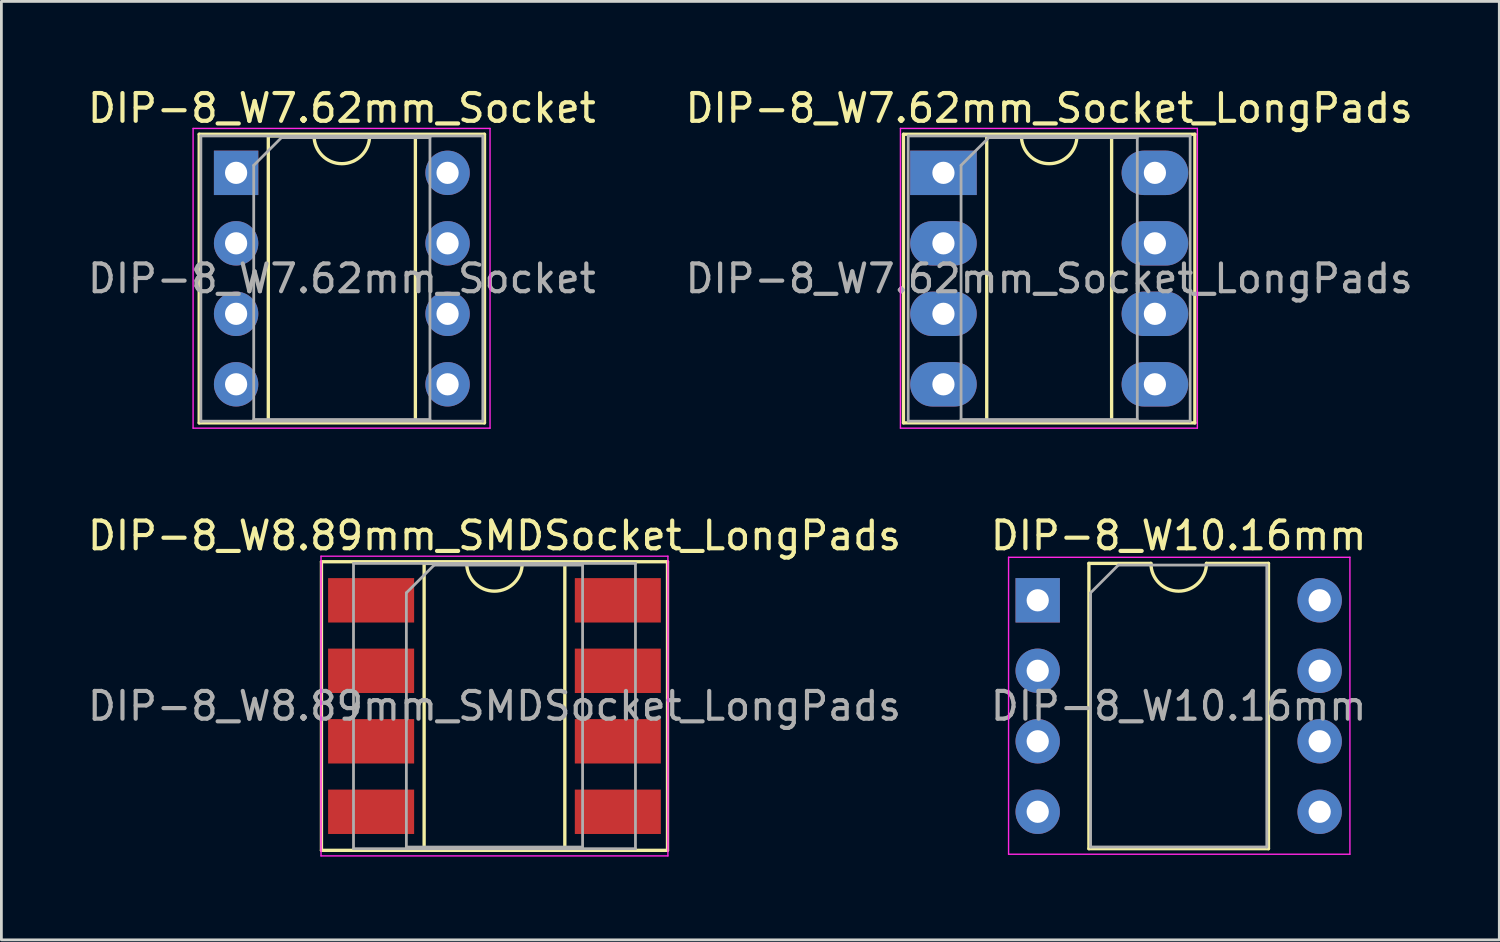
<source format=kicad_pcb>
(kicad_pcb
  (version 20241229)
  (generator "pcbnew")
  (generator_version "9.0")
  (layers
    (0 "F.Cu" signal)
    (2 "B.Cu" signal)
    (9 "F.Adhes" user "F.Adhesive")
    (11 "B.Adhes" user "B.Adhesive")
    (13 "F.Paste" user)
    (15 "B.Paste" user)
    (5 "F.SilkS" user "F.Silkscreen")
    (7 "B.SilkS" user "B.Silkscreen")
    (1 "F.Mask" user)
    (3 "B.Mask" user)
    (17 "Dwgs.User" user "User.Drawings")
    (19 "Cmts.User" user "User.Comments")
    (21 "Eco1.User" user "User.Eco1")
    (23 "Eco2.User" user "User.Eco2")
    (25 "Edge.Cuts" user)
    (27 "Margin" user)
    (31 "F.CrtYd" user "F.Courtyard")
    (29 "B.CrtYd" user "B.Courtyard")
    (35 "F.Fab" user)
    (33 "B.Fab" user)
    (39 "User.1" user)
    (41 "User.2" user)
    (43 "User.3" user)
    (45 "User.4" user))
  (footprint "DIP-8_W8.89mm_SMDSocket_LongPads"
    (layer "F.Cu")
    (at 14.768 22.392)
    (property "Reference" "DIP-8_W8.89mm_SMDSocket_LongPads" (at 0 -6.14 0) (layer "F.SilkS") (effects (font (size 1 1) (thickness 0.15))))
    (attr smd)
    (fp_line (start -6.235 -5.2) (end -6.235 5.2) (stroke (width 0.12) (type solid)) (layer "F.SilkS"))
    (fp_line (start -6.235 5.2) (end 6.235 5.2) (stroke (width 0.12) (type solid)) (layer "F.SilkS"))
    (fp_line (start -2.535 -5.14) (end -2.535 5.14) (stroke (width 0.12) (type solid)) (layer "F.SilkS"))
    (fp_line (start -2.535 5.14) (end 2.535 5.14) (stroke (width 0.12) (type solid)) (layer "F.SilkS"))
    (fp_line (start -1 -5.14) (end -2.535 -5.14) (stroke (width 0.12) (type solid)) (layer "F.SilkS"))
    (fp_line (start 2.535 -5.14) (end 1 -5.14) (stroke (width 0.12) (type solid)) (layer "F.SilkS"))
    (fp_line (start 2.535 5.14) (end 2.535 -5.14) (stroke (width 0.12) (type solid)) (layer "F.SilkS"))
    (fp_line (start 6.235 -5.2) (end -6.235 -5.2) (stroke (width 0.12) (type solid)) (layer "F.SilkS"))
    (fp_line (start 6.235 5.2) (end 6.235 -5.2) (stroke (width 0.12) (type solid)) (layer "F.SilkS"))
    (fp_arc (start 1 -5.14) (mid 0 -4.14) (end -1 -5.14) (stroke (width 0.12) (type solid)) (layer "F.SilkS"))
    (fp_line (start -6.25 -5.4) (end -6.25 5.4) (stroke (width 0.05) (type solid)) (layer "F.CrtYd"))
    (fp_line (start -6.25 5.4) (end 6.25 5.4) (stroke (width 0.05) (type solid)) (layer "F.CrtYd"))
    (fp_line (start 6.25 -5.4) (end -6.25 -5.4) (stroke (width 0.05) (type solid)) (layer "F.CrtYd"))
    (fp_line (start 6.25 5.4) (end 6.25 -5.4) (stroke (width 0.05) (type solid)) (layer "F.CrtYd"))
    (fp_line (start -5.08 -5.14) (end -5.08 5.14) (stroke (width 0.1) (type solid)) (layer "F.Fab"))
    (fp_line (start -5.08 5.14) (end 5.08 5.14) (stroke (width 0.1) (type solid)) (layer "F.Fab"))
    (fp_line (start -3.175 -4.08) (end -2.175 -5.08) (stroke (width 0.1) (type solid)) (layer "F.Fab"))
    (fp_line (start -3.175 5.08) (end -3.175 -4.08) (stroke (width 0.1) (type solid)) (layer "F.Fab"))
    (fp_line (start -2.175 -5.08) (end 3.175 -5.08) (stroke (width 0.1) (type solid)) (layer "F.Fab"))
    (fp_line (start 3.175 -5.08) (end 3.175 5.08) (stroke (width 0.1) (type solid)) (layer "F.Fab"))
    (fp_line (start 3.175 5.08) (end -3.175 5.08) (stroke (width 0.1) (type solid)) (layer "F.Fab"))
    (fp_line (start 5.08 -5.14) (end -5.08 -5.14) (stroke (width 0.1) (type solid)) (layer "F.Fab"))
    (fp_line (start 5.08 5.14) (end 5.08 -5.14) (stroke (width 0.1) (type solid)) (layer "F.Fab"))
    (fp_text user "${REFERENCE}" (at 0 0 0) (layer "F.Fab") (effects (font (size 1 1) (thickness 0.15))))
    (pad "1" smd rect (at -4.445 -3.81) (size 3.1 1.6) (layers "F.Cu" "F.Mask" "F.Paste"))
    (pad "2" smd rect (at -4.445 -1.27) (size 3.1 1.6) (layers "F.Cu" "F.Mask" "F.Paste"))
    (pad "3" smd rect (at -4.445 1.27) (size 3.1 1.6) (layers "F.Cu" "F.Mask" "F.Paste"))
    (pad "4" smd rect (at -4.445 3.81) (size 3.1 1.6) (layers "F.Cu" "F.Mask" "F.Paste"))
    (pad "5" smd rect (at 4.445 3.81) (size 3.1 1.6) (layers "F.Cu" "F.Mask" "F.Paste"))
    (pad "6" smd rect (at 4.445 1.27) (size 3.1 1.6) (layers "F.Cu" "F.Mask" "F.Paste"))
    (pad "7" smd rect (at 4.445 -1.27) (size 3.1 1.6) (layers "F.Cu" "F.Mask" "F.Paste"))
    (pad "8" smd rect (at 4.445 -3.81) (size 3.1 1.6) (layers "F.Cu" "F.Mask" "F.Paste")))
  (footprint "DIP-8_W7.62mm_Socket"
    (layer "F.Cu")
    (at 5.458 3.178)
    (property "Reference" "DIP-8_W7.62mm_Socket" (at 3.81 -2.33 0) (layer "F.SilkS") (effects (font (size 1 1) (thickness 0.15))))
    (attr through_hole)
    (fp_line (start -1.33 -1.39) (end -1.33 9.01) (stroke (width 0.12) (type solid)) (layer "F.SilkS"))
    (fp_line (start -1.33 9.01) (end 8.95 9.01) (stroke (width 0.12) (type solid)) (layer "F.SilkS"))
    (fp_line (start 1.16 -1.33) (end 1.16 8.95) (stroke (width 0.12) (type solid)) (layer "F.SilkS"))
    (fp_line (start 1.16 8.95) (end 6.46 8.95) (stroke (width 0.12) (type solid)) (layer "F.SilkS"))
    (fp_line (start 2.81 -1.33) (end 1.16 -1.33) (stroke (width 0.12) (type solid)) (layer "F.SilkS"))
    (fp_line (start 6.46 -1.33) (end 4.81 -1.33) (stroke (width 0.12) (type solid)) (layer "F.SilkS"))
    (fp_line (start 6.46 8.95) (end 6.46 -1.33) (stroke (width 0.12) (type solid)) (layer "F.SilkS"))
    (fp_line (start 8.95 -1.39) (end -1.33 -1.39) (stroke (width 0.12) (type solid)) (layer "F.SilkS"))
    (fp_line (start 8.95 9.01) (end 8.95 -1.39) (stroke (width 0.12) (type solid)) (layer "F.SilkS"))
    (fp_arc (start 4.81 -1.33) (mid 3.81 -0.33) (end 2.81 -1.33) (stroke (width 0.12) (type solid)) (layer "F.SilkS"))
    (fp_line (start -1.55 -1.6) (end -1.55 9.2) (stroke (width 0.05) (type solid)) (layer "F.CrtYd"))
    (fp_line (start -1.55 9.2) (end 9.15 9.2) (stroke (width 0.05) (type solid)) (layer "F.CrtYd"))
    (fp_line (start 9.15 -1.6) (end -1.55 -1.6) (stroke (width 0.05) (type solid)) (layer "F.CrtYd"))
    (fp_line (start 9.15 9.2) (end 9.15 -1.6) (stroke (width 0.05) (type solid)) (layer "F.CrtYd"))
    (fp_line (start -1.27 -1.33) (end -1.27 8.95) (stroke (width 0.1) (type solid)) (layer "F.Fab"))
    (fp_line (start -1.27 8.95) (end 8.89 8.95) (stroke (width 0.1) (type solid)) (layer "F.Fab"))
    (fp_line (start 0.635 -0.27) (end 1.635 -1.27) (stroke (width 0.1) (type solid)) (layer "F.Fab"))
    (fp_line (start 0.635 8.89) (end 0.635 -0.27) (stroke (width 0.1) (type solid)) (layer "F.Fab"))
    (fp_line (start 1.635 -1.27) (end 6.985 -1.27) (stroke (width 0.1) (type solid)) (layer "F.Fab"))
    (fp_line (start 6.985 -1.27) (end 6.985 8.89) (stroke (width 0.1) (type solid)) (layer "F.Fab"))
    (fp_line (start 6.985 8.89) (end 0.635 8.89) (stroke (width 0.1) (type solid)) (layer "F.Fab"))
    (fp_line (start 8.89 -1.33) (end -1.27 -1.33) (stroke (width 0.1) (type solid)) (layer "F.Fab"))
    (fp_line (start 8.89 8.95) (end 8.89 -1.33) (stroke (width 0.1) (type solid)) (layer "F.Fab"))
    (fp_text user "${REFERENCE}" (at 3.81 3.81 0) (layer "F.Fab") (effects (font (size 1 1) (thickness 0.15))))
    (pad "1" thru_hole rect (at 0 0) (size 1.6 1.6) (drill 0.8) (layers "*.Cu" "*.Mask"))
    (pad "2" thru_hole oval (at 0 2.54) (size 1.6 1.6) (drill 0.8) (layers "*.Cu" "*.Mask"))
    (pad "3" thru_hole oval (at 0 5.08) (size 1.6 1.6) (drill 0.8) (layers "*.Cu" "*.Mask"))
    (pad "4" thru_hole oval (at 0 7.62) (size 1.6 1.6) (drill 0.8) (layers "*.Cu" "*.Mask"))
    (pad "5" thru_hole oval (at 7.62 7.62) (size 1.6 1.6) (drill 0.8) (layers "*.Cu" "*.Mask"))
    (pad "6" thru_hole oval (at 7.62 5.08) (size 1.6 1.6) (drill 0.8) (layers "*.Cu" "*.Mask"))
    (pad "7" thru_hole oval (at 7.62 2.54) (size 1.6 1.6) (drill 0.8) (layers "*.Cu" "*.Mask"))
    (pad "8" thru_hole oval (at 7.62 0) (size 1.6 1.6) (drill 0.8) (layers "*.Cu" "*.Mask")))
  (footprint "DIP-8_W10.16mm"
    (layer "F.Cu")
    (at 34.343 18.581)
    (property "Reference" "DIP-8_W10.16mm" (at 5.08 -2.33 0) (layer "F.SilkS") (effects (font (size 1 1) (thickness 0.15))))
    (attr through_hole)
    (fp_line (start 1.845 -1.33) (end 1.845 8.95) (stroke (width 0.12) (type solid)) (layer "F.SilkS"))
    (fp_line (start 1.845 8.95) (end 8.315 8.95) (stroke (width 0.12) (type solid)) (layer "F.SilkS"))
    (fp_line (start 4.08 -1.33) (end 1.845 -1.33) (stroke (width 0.12) (type solid)) (layer "F.SilkS"))
    (fp_line (start 8.315 -1.33) (end 6.08 -1.33) (stroke (width 0.12) (type solid)) (layer "F.SilkS"))
    (fp_line (start 8.315 8.95) (end 8.315 -1.33) (stroke (width 0.12) (type solid)) (layer "F.SilkS"))
    (fp_arc (start 6.08 -1.33) (mid 5.08 -0.33) (end 4.08 -1.33) (stroke (width 0.12) (type solid)) (layer "F.SilkS"))
    (fp_line (start -1.05 -1.55) (end -1.05 9.15) (stroke (width 0.05) (type solid)) (layer "F.CrtYd"))
    (fp_line (start -1.05 9.15) (end 11.25 9.15) (stroke (width 0.05) (type solid)) (layer "F.CrtYd"))
    (fp_line (start 11.25 -1.55) (end -1.05 -1.55) (stroke (width 0.05) (type solid)) (layer "F.CrtYd"))
    (fp_line (start 11.25 9.15) (end 11.25 -1.55) (stroke (width 0.05) (type solid)) (layer "F.CrtYd"))
    (fp_line (start 1.905 -0.27) (end 2.905 -1.27) (stroke (width 0.1) (type solid)) (layer "F.Fab"))
    (fp_line (start 1.905 8.89) (end 1.905 -0.27) (stroke (width 0.1) (type solid)) (layer "F.Fab"))
    (fp_line (start 2.905 -1.27) (end 8.255 -1.27) (stroke (width 0.1) (type solid)) (layer "F.Fab"))
    (fp_line (start 8.255 -1.27) (end 8.255 8.89) (stroke (width 0.1) (type solid)) (layer "F.Fab"))
    (fp_line (start 8.255 8.89) (end 1.905 8.89) (stroke (width 0.1) (type solid)) (layer "F.Fab"))
    (fp_text user "${REFERENCE}" (at 5.08 3.81 0) (layer "F.Fab") (effects (font (size 1 1) (thickness 0.15))))
    (pad "1" thru_hole rect (at 0 0) (size 1.6 1.6) (drill 0.8) (layers "*.Cu" "*.Mask"))
    (pad "2" thru_hole oval (at 0 2.54) (size 1.6 1.6) (drill 0.8) (layers "*.Cu" "*.Mask"))
    (pad "3" thru_hole oval (at 0 5.08) (size 1.6 1.6) (drill 0.8) (layers "*.Cu" "*.Mask"))
    (pad "4" thru_hole oval (at 0 7.62) (size 1.6 1.6) (drill 0.8) (layers "*.Cu" "*.Mask"))
    (pad "5" thru_hole oval (at 10.16 7.62) (size 1.6 1.6) (drill 0.8) (layers "*.Cu" "*.Mask"))
    (pad "6" thru_hole oval (at 10.16 5.08) (size 1.6 1.6) (drill 0.8) (layers "*.Cu" "*.Mask"))
    (pad "7" thru_hole oval (at 10.16 2.54) (size 1.6 1.6) (drill 0.8) (layers "*.Cu" "*.Mask"))
    (pad "8" thru_hole oval (at 10.16 0) (size 1.6 1.6) (drill 0.8) (layers "*.Cu" "*.Mask")))
  (footprint "DIP-8_W7.62mm_Socket_LongPads"
    (layer "F.Cu")
    (at 30.946 3.178)
    (property "Reference" "DIP-8_W7.62mm_Socket_LongPads" (at 3.81 -2.33 0) (layer "F.SilkS") (effects (font (size 1 1) (thickness 0.15))))
    (attr through_hole)
    (fp_line (start -1.44 -1.39) (end -1.44 9.01) (stroke (width 0.12) (type solid)) (layer "F.SilkS"))
    (fp_line (start -1.44 9.01) (end 9.06 9.01) (stroke (width 0.12) (type solid)) (layer "F.SilkS"))
    (fp_line (start 1.56 -1.33) (end 1.56 8.95) (stroke (width 0.12) (type solid)) (layer "F.SilkS"))
    (fp_line (start 1.56 8.95) (end 6.06 8.95) (stroke (width 0.12) (type solid)) (layer "F.SilkS"))
    (fp_line (start 2.81 -1.33) (end 1.56 -1.33) (stroke (width 0.12) (type solid)) (layer "F.SilkS"))
    (fp_line (start 6.06 -1.33) (end 4.81 -1.33) (stroke (width 0.12) (type solid)) (layer "F.SilkS"))
    (fp_line (start 6.06 8.95) (end 6.06 -1.33) (stroke (width 0.12) (type solid)) (layer "F.SilkS"))
    (fp_line (start 9.06 -1.39) (end -1.44 -1.39) (stroke (width 0.12) (type solid)) (layer "F.SilkS"))
    (fp_line (start 9.06 9.01) (end 9.06 -1.39) (stroke (width 0.12) (type solid)) (layer "F.SilkS"))
    (fp_arc (start 4.81 -1.33) (mid 3.81 -0.33) (end 2.81 -1.33) (stroke (width 0.12) (type solid)) (layer "F.SilkS"))
    (fp_line (start -1.55 -1.6) (end -1.55 9.2) (stroke (width 0.05) (type solid)) (layer "F.CrtYd"))
    (fp_line (start -1.55 9.2) (end 9.15 9.2) (stroke (width 0.05) (type solid)) (layer "F.CrtYd"))
    (fp_line (start 9.15 -1.6) (end -1.55 -1.6) (stroke (width 0.05) (type solid)) (layer "F.CrtYd"))
    (fp_line (start 9.15 9.2) (end 9.15 -1.6) (stroke (width 0.05) (type solid)) (layer "F.CrtYd"))
    (fp_line (start -1.27 -1.33) (end -1.27 8.95) (stroke (width 0.1) (type solid)) (layer "F.Fab"))
    (fp_line (start -1.27 8.95) (end 8.89 8.95) (stroke (width 0.1) (type solid)) (layer "F.Fab"))
    (fp_line (start 0.635 -0.27) (end 1.635 -1.27) (stroke (width 0.1) (type solid)) (layer "F.Fab"))
    (fp_line (start 0.635 8.89) (end 0.635 -0.27) (stroke (width 0.1) (type solid)) (layer "F.Fab"))
    (fp_line (start 1.635 -1.27) (end 6.985 -1.27) (stroke (width 0.1) (type solid)) (layer "F.Fab"))
    (fp_line (start 6.985 -1.27) (end 6.985 8.89) (stroke (width 0.1) (type solid)) (layer "F.Fab"))
    (fp_line (start 6.985 8.89) (end 0.635 8.89) (stroke (width 0.1) (type solid)) (layer "F.Fab"))
    (fp_line (start 8.89 -1.33) (end -1.27 -1.33) (stroke (width 0.1) (type solid)) (layer "F.Fab"))
    (fp_line (start 8.89 8.95) (end 8.89 -1.33) (stroke (width 0.1) (type solid)) (layer "F.Fab"))
    (fp_text user "${REFERENCE}" (at 3.81 3.81 0) (layer "F.Fab") (effects (font (size 1 1) (thickness 0.15))))
    (pad "1" thru_hole rect (at 0 0) (size 2.4 1.6) (drill 0.8) (layers "*.Cu" "*.Mask"))
    (pad "2" thru_hole oval (at 0 2.54) (size 2.4 1.6) (drill 0.8) (layers "*.Cu" "*.Mask"))
    (pad "3" thru_hole oval (at 0 5.08) (size 2.4 1.6) (drill 0.8) (layers "*.Cu" "*.Mask"))
    (pad "4" thru_hole oval (at 0 7.62) (size 2.4 1.6) (drill 0.8) (layers "*.Cu" "*.Mask"))
    (pad "5" thru_hole oval (at 7.62 7.62) (size 2.4 1.6) (drill 0.8) (layers "*.Cu" "*.Mask"))
    (pad "6" thru_hole oval (at 7.62 5.08) (size 2.4 1.6) (drill 0.8) (layers "*.Cu" "*.Mask"))
    (pad "7" thru_hole oval (at 7.62 2.54) (size 2.4 1.6) (drill 0.8) (layers "*.Cu" "*.Mask"))
    (pad "8" thru_hole oval (at 7.62 0) (size 2.4 1.6) (drill 0.8) (layers "*.Cu" "*.Mask")))
  (gr_rect
    (start -3 -3)
    (end 50.976 30.817)
    (stroke (width 0.1) (type default))
    (fill no)
    (layer "Edge.Cuts")))
</source>
